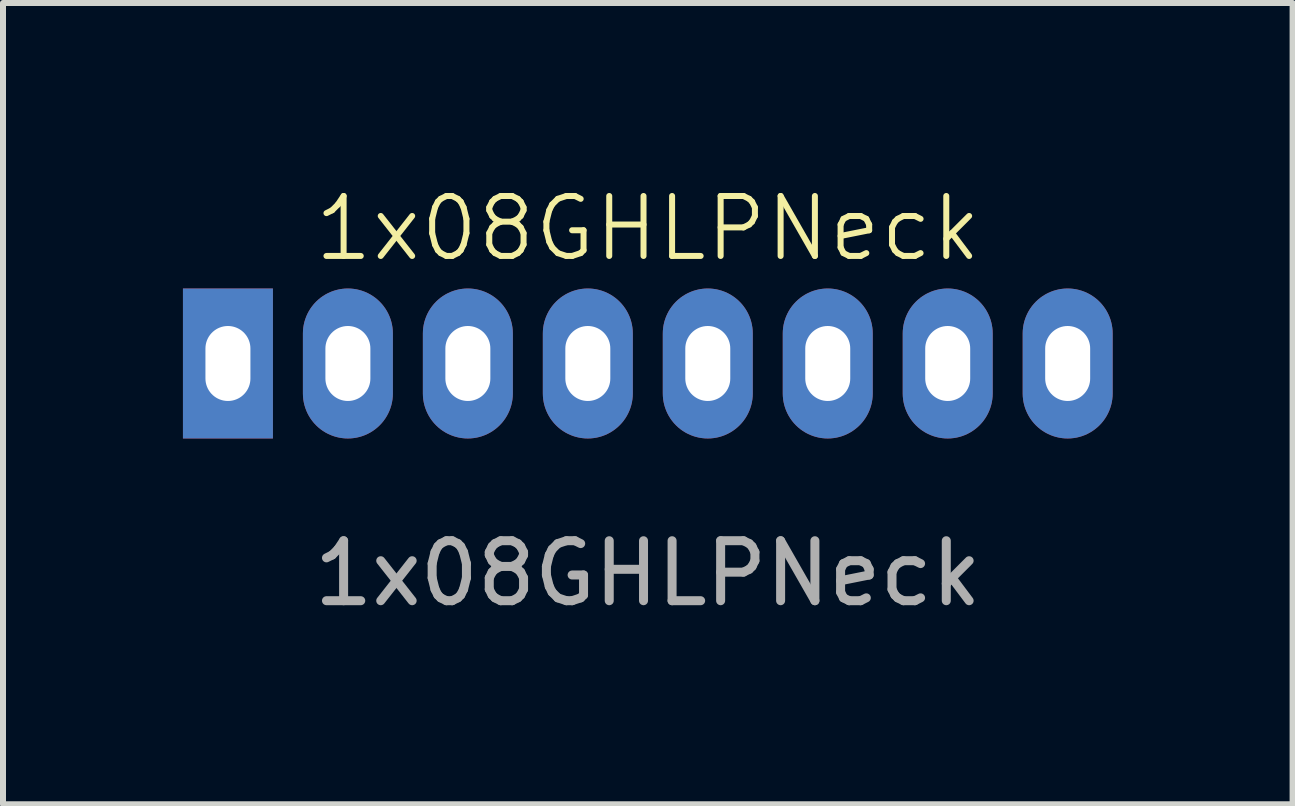
<source format=kicad_pcb>
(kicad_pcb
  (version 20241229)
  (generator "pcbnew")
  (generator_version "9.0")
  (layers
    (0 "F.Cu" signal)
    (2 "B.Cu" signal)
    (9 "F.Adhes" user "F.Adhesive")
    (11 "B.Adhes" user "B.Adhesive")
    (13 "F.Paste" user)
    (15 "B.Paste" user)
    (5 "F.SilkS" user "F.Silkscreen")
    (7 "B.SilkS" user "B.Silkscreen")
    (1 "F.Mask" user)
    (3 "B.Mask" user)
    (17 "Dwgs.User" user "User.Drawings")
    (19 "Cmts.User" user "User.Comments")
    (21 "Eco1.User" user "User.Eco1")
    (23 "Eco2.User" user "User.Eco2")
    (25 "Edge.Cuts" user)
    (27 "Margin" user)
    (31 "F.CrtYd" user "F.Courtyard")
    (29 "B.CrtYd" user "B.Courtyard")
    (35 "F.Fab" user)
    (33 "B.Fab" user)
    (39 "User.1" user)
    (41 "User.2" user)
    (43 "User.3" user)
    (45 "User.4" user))
  (footprint "1x08GHLPNeck"
    (layer "F.Cu")
    (at 7.75 3.01)
    (property "Reference" "1x08GHLPNeck" (at 0 -2.25 0) (unlocked yes) (layer "F.SilkS") (effects (font (size 1 1) (thickness 0.1))))
    (attr through_hole)
    (fp_text user "${REFERENCE}" (at 0 3.5 0) (unlocked yes) (layer "F.Fab") (effects (font (size 1 1) (thickness 0.15))))
    (pad "1" thru_hole rect (at -7 0) (size 1.5 2.5) (drill oval 0.75 1.25) (layers "*.Cu" "*.Mask"))
    (pad "2" thru_hole oval (at -5 0) (size 1.5 2.5) (drill oval 0.75 1.25) (layers "*.Cu" "*.Mask"))
    (pad "3" thru_hole oval (at -3 0) (size 1.5 2.5) (drill oval 0.75 1.25) (layers "*.Cu" "*.Mask"))
    (pad "4" thru_hole oval (at -1 0) (size 1.5 2.5) (drill oval 0.75 1.25) (layers "*.Cu" "*.Mask"))
    (pad "5" thru_hole oval (at 1 0) (size 1.5 2.5) (drill oval 0.75 1.25) (layers "*.Cu" "*.Mask"))
    (pad "6" thru_hole oval (at 3 0) (size 1.5 2.5) (drill oval 0.75 1.25) (layers "*.Cu" "*.Mask"))
    (pad "7" thru_hole oval (at 5 0) (size 1.5 2.5) (drill oval 0.75 1.25) (layers "*.Cu" "*.Mask"))
    (pad "8" thru_hole oval (at 7 0) (size 1.5 2.5) (drill oval 0.75 1.25) (layers "*.Cu" "*.Mask")))
  (gr_rect
    (start -3 -3)
    (end 18.5 10.359)
    (stroke (width 0.1) (type default))
    (fill no)
    (layer "Edge.Cuts")))
</source>
